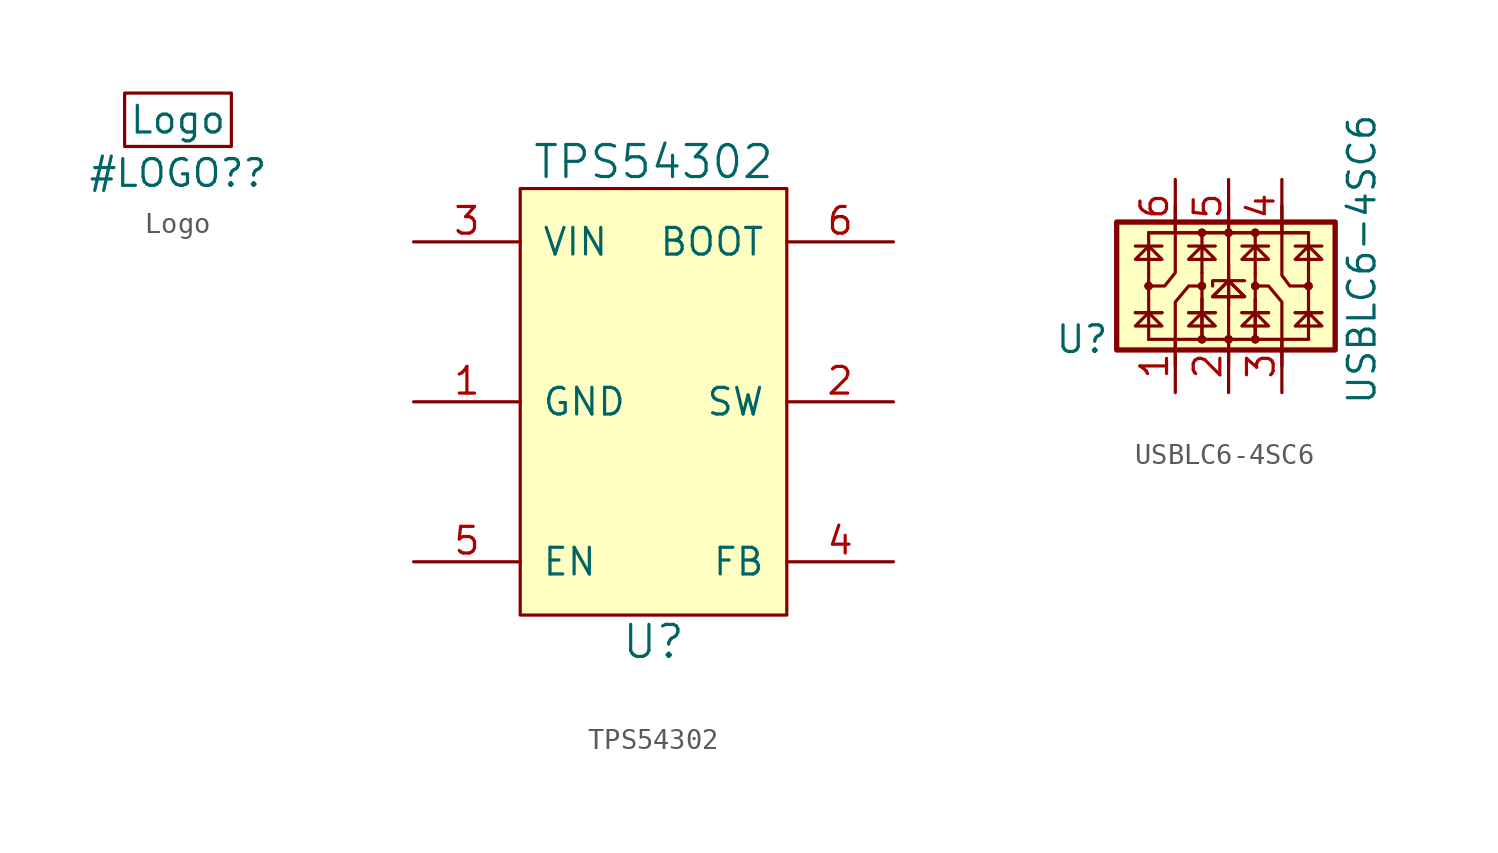
<source format=kicad_sym>
(kicad_symbol_lib
  (version 20211014)
  (generator kicad_symbol_editor)
  (symbol "Logo"
    (pin_names
      (offset 1.016))
    (property "Reference" "#LOGO?"
      (at 0 -2.54 0)
      (effects (font (size 1.27 1.27))))
    (property "Value" "Logo"
      (at 0 0 0)
      (effects (font (size 1.27 1.27))))
    (symbol "Logo_0_1"
      (rectangle (start -2.54 1.27) (end 2.54 -1.27) (stroke (width 0) (type default) (color 0 0 0 0)) (fill (type none)))))
  (symbol "TPS54302"
    (pin_names
      (offset 1.016))
    (property "Reference" "U"
      (at 0 -11.43 0)
      (effects (font (size 1.524 1.524))))
    (property "Value" "TPS54302"
      (at 0 11.43 0)
      (effects (font (size 1.524 1.524))))
    (symbol "TPS54302_0_1"
      (rectangle (start -6.35 10.16) (end 6.35 -10.16) (stroke (width 0) (type default) (color 0 0 0 0)) (fill (type background))))
    (symbol "TPS54302_1_1"
      (pin power_in line (at -11.43 0 0) (length 5.08) (name "GND" (effects (font (size 1.27 1.27)))) (number "1" (effects (font (size 1.27 1.27)))))
      (pin power_out line (at 11.43 0 180) (length 5.08) (name "SW" (effects (font (size 1.27 1.27)))) (number "2" (effects (font (size 1.27 1.27)))))
      (pin power_in line (at -11.43 7.62 0) (length 5.08) (name "VIN" (effects (font (size 1.27 1.27)))) (number "3" (effects (font (size 1.27 1.27)))))
      (pin input line (at 11.43 -7.62 180) (length 5.08) (name "FB" (effects (font (size 1.27 1.27)))) (number "4" (effects (font (size 1.27 1.27)))))
      (pin input line (at -11.43 -7.62 0) (length 5.08) (name "EN" (effects (font (size 1.27 1.27)))) (number "5" (effects (font (size 1.27 1.27)))))
      (pin input line (at 11.43 7.62 180) (length 5.08) (name "BOOT" (effects (font (size 1.27 1.27)))) (number "6" (effects (font (size 1.27 1.27)))))))
  (symbol "USBLC6-4SC6"
    (property "Reference" "U"
      (at -6.985 -2.54 0)
      (effects (font (size 1.27 1.27))))
    (property "Value" "USBLC6-4SC6"
      (at 6.35 1.27 90)
      (effects (font (size 1.27 1.27))))
    (symbol "USBLC6-4SC6_0_1"
      (rectangle (start -5.334 3.048) (end 5.08 -3.048) (stroke (width 0.254) (type default) (color 0 0 0 0)) (fill (type background)))
      (circle (center -3.81 0) (radius 0.127) (stroke (width 0) (type default) (color 0 0 0 0)) (fill (type none)))
      (circle (center -3.81 0) (radius 0.127) (stroke (width 0) (type default) (color 0 0 0 0)) (fill (type none)))
      (circle (center -1.27 -2.54) (radius 0.127) (stroke (width 0) (type default) (color 0 0 0 0)) (fill (type none)))
      (circle (center -1.27 -2.54) (radius 0.127) (stroke (width 0) (type default) (color 0 0 0 0)) (fill (type none)))
      (circle (center -1.27 0) (radius 0.127) (stroke (width 0) (type default) (color 0 0 0 0)) (fill (type none)))
      (circle (center -1.27 0) (radius 0.127) (stroke (width 0) (type default) (color 0 0 0 0)) (fill (type none)))
      (circle (center -1.27 2.54) (radius 0.127) (stroke (width 0) (type default) (color 0 0 0 0)) (fill (type none)))
      (circle (center -1.27 2.54) (radius 0.127) (stroke (width 0) (type default) (color 0 0 0 0)) (fill (type none)))
      (circle (center 0 -2.54) (radius 0.127) (stroke (width 0) (type default) (color 0 0 0 0)) (fill (type none)))
      (circle (center 0 -2.54) (radius 0.127) (stroke (width 0) (type default) (color 0 0 0 0)) (fill (type none)))
      (polyline (pts (xy -4.445 -1.27) (xy -3.175 -1.27)) (stroke (width 0) (type default) (color 0 0 0 0)) (fill (type none)))
      (polyline (pts (xy -4.445 -1.27) (xy -3.175 -1.27)) (stroke (width 0) (type default) (color 0 0 0 0)) (fill (type none)))
      (polyline (pts (xy -4.445 1.905) (xy -3.175 1.905)) (stroke (width 0) (type default) (color 0 0 0 0)) (fill (type none)))
      (polyline (pts (xy -3.81 -2.54) (xy -3.81 -0.635)) (stroke (width 0) (type default) (color 0 0 0 0)) (fill (type none)))
      (polyline (pts (xy -3.81 -2.54) (xy 3.81 -2.54)) (stroke (width 0) (type default) (color 0 0 0 0)) (fill (type none)))
      (polyline (pts (xy -3.81 -0.635) (xy -3.81 0.635)) (stroke (width 0) (type default) (color 0 0 0 0)) (fill (type none)))
      (polyline (pts (xy -3.81 0.635) (xy -3.81 2.54)) (stroke (width 0) (type default) (color 0 0 0 0)) (fill (type none)))
      (polyline (pts (xy -3.81 2.54) (xy 3.81 2.54)) (stroke (width 0) (type default) (color 0 0 0 0)) (fill (type none)))
      (polyline (pts (xy -3.81 2.54) (xy 3.81 2.54)) (stroke (width 0) (type default) (color 0 0 0 0)) (fill (type none)))
      (polyline (pts (xy -1.905 -1.27) (xy -0.635 -1.27)) (stroke (width 0) (type default) (color 0 0 0 0)) (fill (type none)))
      (polyline (pts (xy -1.905 -1.27) (xy -0.635 -1.27)) (stroke (width 0) (type default) (color 0 0 0 0)) (fill (type none)))
      (polyline (pts (xy -1.905 1.905) (xy -0.635 1.905)) (stroke (width 0) (type default) (color 0 0 0 0)) (fill (type none)))
      (polyline (pts (xy -1.27 -2.54) (xy -1.27 -0.635)) (stroke (width 0) (type default) (color 0 0 0 0)) (fill (type none)))
      (polyline (pts (xy -1.27 -2.54) (xy -1.27 -0.635)) (stroke (width 0) (type default) (color 0 0 0 0)) (fill (type none)))
      (polyline (pts (xy -1.27 0.635) (xy -1.27 -0.635)) (stroke (width 0) (type default) (color 0 0 0 0)) (fill (type none)))
      (polyline (pts (xy -1.27 0.635) (xy -1.27 2.54)) (stroke (width 0) (type default) (color 0 0 0 0)) (fill (type none)))
      (polyline (pts (xy 0 -0.889) (xy 0 -3.81)) (stroke (width 0) (type default) (color 0 0 0 0)) (fill (type none)))
      (polyline (pts (xy 0 -0.889) (xy 0 1.016)) (stroke (width 0) (type default) (color 0 0 0 0)) (fill (type none)))
      (polyline (pts (xy 0 -0.889) (xy 0 1.016)) (stroke (width 0) (type default) (color 0 0 0 0)) (fill (type none)))
      (polyline (pts (xy 0 1.016) (xy 0 3.81)) (stroke (width 0) (type default) (color 0 0 0 0)) (fill (type none)))
      (polyline (pts (xy 0.635 -1.27) (xy 1.905 -1.27)) (stroke (width 0) (type default) (color 0 0 0 0)) (fill (type none)))
      (polyline (pts (xy 0.635 -1.27) (xy 1.905 -1.27)) (stroke (width 0) (type default) (color 0 0 0 0)) (fill (type none)))
      (polyline (pts (xy 0.635 1.905) (xy 1.905 1.905)) (stroke (width 0) (type default) (color 0 0 0 0)) (fill (type none)))
      (polyline (pts (xy 1.27 -2.54) (xy 1.27 -0.635)) (stroke (width 0) (type default) (color 0 0 0 0)) (fill (type none)))
      (polyline (pts (xy 1.27 -2.54) (xy 1.27 -0.635)) (stroke (width 0) (type default) (color 0 0 0 0)) (fill (type none)))
      (polyline (pts (xy 1.27 0.635) (xy 1.27 -0.635)) (stroke (width 0) (type default) (color 0 0 0 0)) (fill (type none)))
      (polyline (pts (xy 1.27 0.635) (xy 1.27 2.54)) (stroke (width 0) (type default) (color 0 0 0 0)) (fill (type none)))
      (polyline (pts (xy 3.175 -1.27) (xy 4.445 -1.27)) (stroke (width 0) (type default) (color 0 0 0 0)) (fill (type none)))
      (polyline (pts (xy 3.175 -1.27) (xy 4.445 -1.27)) (stroke (width 0) (type default) (color 0 0 0 0)) (fill (type none)))
      (polyline (pts (xy 3.175 1.905) (xy 4.445 1.905)) (stroke (width 0) (type default) (color 0 0 0 0)) (fill (type none)))
      (polyline (pts (xy 3.81 -2.54) (xy 3.81 -0.635)) (stroke (width 0) (type default) (color 0 0 0 0)) (fill (type none)))
      (polyline (pts (xy 3.81 0.635) (xy 3.81 -0.635)) (stroke (width 0) (type default) (color 0 0 0 0)) (fill (type none)))
      (polyline (pts (xy 3.81 0.635) (xy 3.81 2.54)) (stroke (width 0) (type default) (color 0 0 0 0)) (fill (type none)))
      (polyline (pts (xy 0.762 0.254) (xy -0.762 0.254) (xy -0.762 0)) (stroke (width 0) (type default) (color 0 0 0 0)) (fill (type none)))
      (polyline (pts (xy -4.445 -1.905) (xy -3.175 -1.905) (xy -3.81 -1.27) (xy -4.445 -1.905)) (stroke (width 0) (type default) (color 0 0 0 0)) (fill (type none)))
      (polyline (pts (xy -4.445 1.27) (xy -3.175 1.27) (xy -3.81 1.905) (xy -4.445 1.27)) (stroke (width 0) (type default) (color 0 0 0 0)) (fill (type none)))
      (polyline (pts (xy -2.54 -3.81) (xy -2.54 -0.762) (xy -1.905 0) (xy -1.27 0)) (stroke (width 0) (type default) (color 0 0 0 0)) (fill (type none)))
      (polyline (pts (xy -2.54 3.81) (xy -2.54 0.635) (xy -3.048 0) (xy -3.937 0)) (stroke (width 0) (type default) (color 0 0 0 0)) (fill (type none)))
      (polyline (pts (xy -1.905 -1.905) (xy -0.635 -1.905) (xy -1.27 -1.27) (xy -1.905 -1.905)) (stroke (width 0) (type default) (color 0 0 0 0)) (fill (type none)))
      (polyline (pts (xy -1.905 1.27) (xy -0.635 1.27) (xy -1.27 1.905) (xy -1.905 1.27)) (stroke (width 0) (type default) (color 0 0 0 0)) (fill (type none)))
      (polyline (pts (xy -0.762 -0.508) (xy 0.762 -0.508) (xy 0 0.254) (xy -0.762 -0.508)) (stroke (width 0) (type default) (color 0 0 0 0)) (fill (type none)))
      (polyline (pts (xy -0.762 -0.508) (xy 0.762 -0.508) (xy 0 0.254) (xy -0.762 -0.508)) (stroke (width 0) (type default) (color 0 0 0 0)) (fill (type none)))
      (polyline (pts (xy 0.635 -1.905) (xy 1.905 -1.905) (xy 1.27 -1.27) (xy 0.635 -1.905)) (stroke (width 0) (type default) (color 0 0 0 0)) (fill (type none)))
      (polyline (pts (xy 0.635 1.27) (xy 1.905 1.27) (xy 1.27 1.905) (xy 0.635 1.27)) (stroke (width 0) (type default) (color 0 0 0 0)) (fill (type none)))
      (polyline (pts (xy 2.54 -3.81) (xy 2.54 -0.762) (xy 1.905 0) (xy 1.143 0)) (stroke (width 0) (type default) (color 0 0 0 0)) (fill (type none)))
      (polyline (pts (xy 2.54 3.81) (xy 2.54 0.508) (xy 2.921 0) (xy 3.81 0)) (stroke (width 0) (type default) (color 0 0 0 0)) (fill (type none)))
      (polyline (pts (xy 3.175 -1.905) (xy 4.445 -1.905) (xy 3.81 -1.27) (xy 3.175 -1.905)) (stroke (width 0) (type default) (color 0 0 0 0)) (fill (type none)))
      (polyline (pts (xy 3.175 1.27) (xy 4.445 1.27) (xy 3.81 1.905) (xy 3.175 1.27)) (stroke (width 0) (type default) (color 0 0 0 0)) (fill (type none)))
      (circle (center 0 2.54) (radius 0.127) (stroke (width 0) (type default) (color 0 0 0 0)) (fill (type none)))
      (circle (center 0 2.54) (radius 0.127) (stroke (width 0) (type default) (color 0 0 0 0)) (fill (type none)))
      (circle (center 1.27 -2.54) (radius 0.127) (stroke (width 0) (type default) (color 0 0 0 0)) (fill (type none)))
      (circle (center 1.27 -2.54) (radius 0.127) (stroke (width 0) (type default) (color 0 0 0 0)) (fill (type none)))
      (circle (center 1.27 0) (radius 0.127) (stroke (width 0) (type default) (color 0 0 0 0)) (fill (type none)))
      (circle (center 1.27 0) (radius 0.127) (stroke (width 0) (type default) (color 0 0 0 0)) (fill (type none)))
      (circle (center 1.27 2.54) (radius 0.127) (stroke (width 0) (type default) (color 0 0 0 0)) (fill (type none)))
      (circle (center 1.27 2.54) (radius 0.127) (stroke (width 0) (type default) (color 0 0 0 0)) (fill (type none)))
      (circle (center 3.81 0) (radius 0.127) (stroke (width 0) (type default) (color 0 0 0 0)) (fill (type none)))
      (circle (center 3.81 0) (radius 0.127) (stroke (width 0) (type default) (color 0 0 0 0)) (fill (type none))))
    (symbol "USBLC6-4SC6_1_1"
      (pin passive line (at -2.54 -5.08 90) (length 2.54) (name "~" (effects (font (size 1.27 1.27)))) (number "1" (effects (font (size 1.27 1.27)))))
      (pin passive line (at 0 -5.08 90) (length 2.54) (name "~" (effects (font (size 1.27 1.27)))) (number "2" (effects (font (size 1.27 1.27)))))
      (pin passive line (at 2.54 -5.08 90) (length 2.54) (name "~" (effects (font (size 1.27 1.27)))) (number "3" (effects (font (size 1.27 1.27)))))
      (pin passive line (at 2.54 5.08 270) (length 2.54) (name "~" (effects (font (size 1.27 1.27)))) (number "4" (effects (font (size 1.27 1.27)))))
      (pin passive line (at 0 5.08 270) (length 2.54) (name "~" (effects (font (size 1.27 1.27)))) (number "5" (effects (font (size 1.27 1.27)))))
      (pin passive line (at -2.54 5.08 270) (length 2.54) (name "~" (effects (font (size 1.27 1.27)))) (number "6" (effects (font (size 1.27 1.27))))))))
</source>
